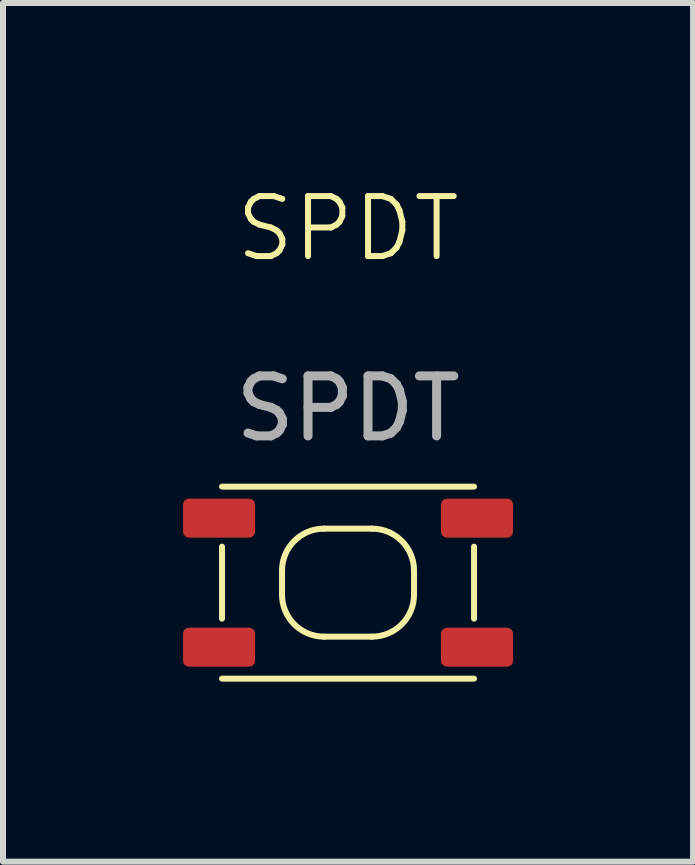
<source format=kicad_pcb>
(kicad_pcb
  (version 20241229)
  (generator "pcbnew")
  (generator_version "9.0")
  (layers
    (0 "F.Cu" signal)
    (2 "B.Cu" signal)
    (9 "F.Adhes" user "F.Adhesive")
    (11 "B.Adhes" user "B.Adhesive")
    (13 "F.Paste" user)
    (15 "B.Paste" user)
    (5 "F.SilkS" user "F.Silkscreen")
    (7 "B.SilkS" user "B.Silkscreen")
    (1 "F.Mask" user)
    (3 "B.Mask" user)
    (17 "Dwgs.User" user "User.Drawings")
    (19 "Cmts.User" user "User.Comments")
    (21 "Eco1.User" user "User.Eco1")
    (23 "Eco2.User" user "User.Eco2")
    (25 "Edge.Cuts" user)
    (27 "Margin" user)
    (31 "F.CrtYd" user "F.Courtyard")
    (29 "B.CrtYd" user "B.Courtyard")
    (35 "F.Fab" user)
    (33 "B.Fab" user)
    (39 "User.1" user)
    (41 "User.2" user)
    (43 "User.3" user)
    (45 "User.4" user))
  (footprint "SPDT"
    (layer "F.Cu")
    (at 2.75 6.66)
    (property "Reference" "SPDT" (at 0 -5.9 0) (unlocked yes) (layer "F.SilkS") (effects (font (size 1 1) (thickness 0.1))))
    (attr through_hole)
    (fp_line (start -2.1 -1.6) (end 2.1 -1.6) (stroke (width 0.1) (type default)) (layer "F.SilkS"))
    (fp_line (start -2.1 -0.6) (end -2.1 0.6) (stroke (width 0.1) (type default)) (layer "F.SilkS"))
    (fp_line (start -2.1 1.6) (end 2.1 1.6) (stroke (width 0.1) (type default)) (layer "F.SilkS"))
    (fp_line (start -1.1 -0.2) (end -1.1 0.2) (stroke (width 0.1) (type default)) (layer "F.SilkS"))
    (fp_line (start 0.4 -0.9) (end -0.4 -0.9) (stroke (width 0.1) (type default)) (layer "F.SilkS"))
    (fp_line (start 0.4 0.9) (end -0.4 0.9) (stroke (width 0.1) (type default)) (layer "F.SilkS"))
    (fp_line (start 1.1 0.2) (end 1.1 -0.2) (stroke (width 0.1) (type default)) (layer "F.SilkS"))
    (fp_line (start 2.1 0.6) (end 2.1 -0.6) (stroke (width 0.1) (type default)) (layer "F.SilkS"))
    (fp_arc (start -1.1 -0.2) (mid -0.894975 -0.694975) (end -0.4 -0.9) (stroke (width 0.1) (type default)) (layer "F.SilkS"))
    (fp_arc (start -0.4 0.9) (mid -0.894975 0.694975) (end -1.1 0.2) (stroke (width 0.1) (type default)) (layer "F.SilkS"))
    (fp_arc (start 0.4 -0.9) (mid 0.894975 -0.694975) (end 1.1 -0.2) (stroke (width 0.1) (type default)) (layer "F.SilkS"))
    (fp_arc (start 1.1 0.2) (mid 0.894975 0.694975) (end 0.4 0.9) (stroke (width 0.1) (type default)) (layer "F.SilkS"))
    (fp_text user "${REFERENCE}" (at 0 -2.9 0) (unlocked yes) (layer "F.Fab") (effects (font (size 1 1) (thickness 0.15))))
    (pad "1" smd roundrect (at -2.15 1.075 180) (size 1.2 0.65) (layers "F.Cu" "F.Mask" "F.Paste") (roundrect_rratio 0.15))
    (pad "1" smd roundrect (at 2.15 1.075 180) (size 1.2 0.65) (layers "F.Cu" "F.Mask" "F.Paste") (roundrect_rratio 0.15))
    (pad "2" smd roundrect (at -2.15 -1.075 180) (size 1.2 0.65) (layers "F.Cu" "F.Mask" "F.Paste") (roundrect_rratio 0.15))
    (pad "2" smd roundrect (at 2.15 -1.075 180) (size 1.2 0.65) (layers "F.Cu" "F.Mask" "F.Paste") (roundrect_rratio 0.15)))
  (gr_rect
    (start -3 -3)
    (end 8.5 11.31)
    (stroke (width 0.1) (type default))
    (fill no)
    (layer "Edge.Cuts")))
</source>
